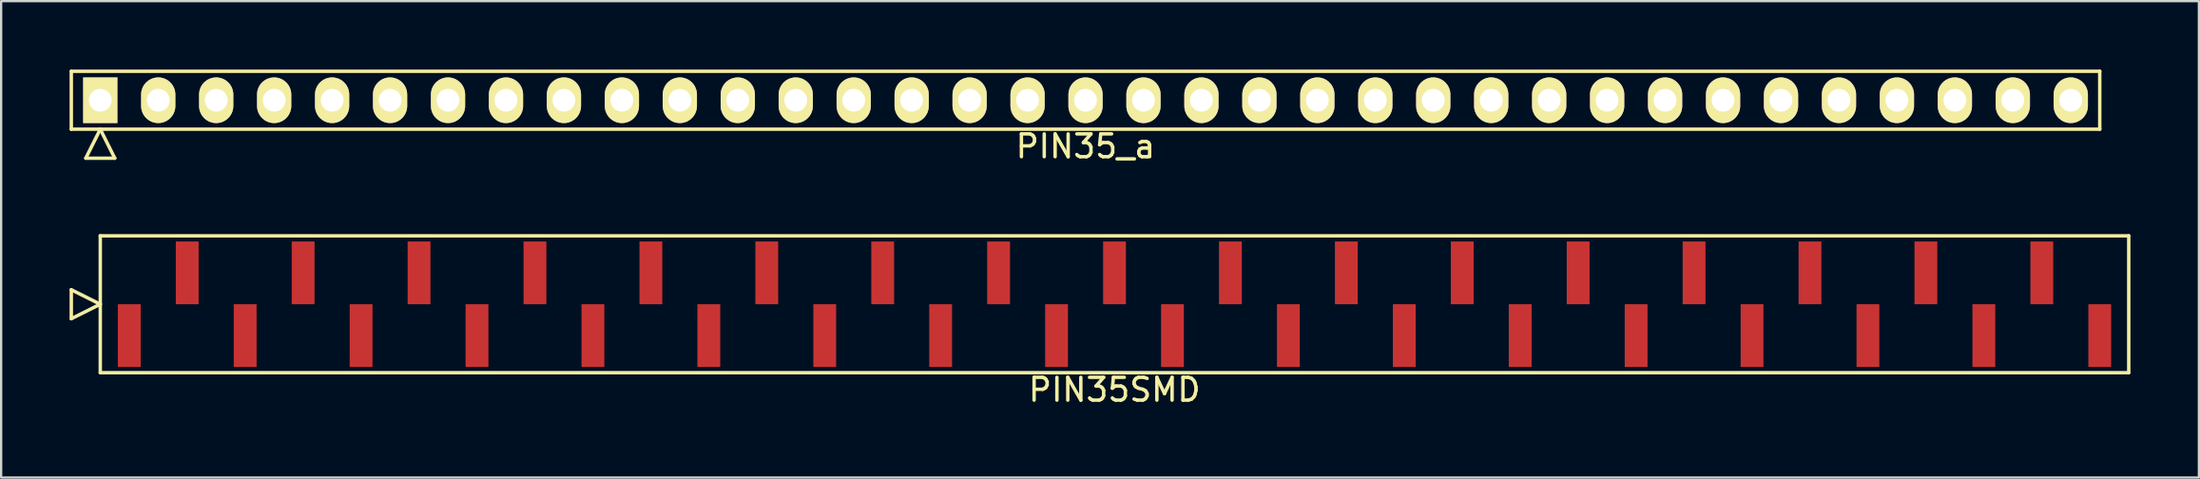
<source format=kicad_pcb>
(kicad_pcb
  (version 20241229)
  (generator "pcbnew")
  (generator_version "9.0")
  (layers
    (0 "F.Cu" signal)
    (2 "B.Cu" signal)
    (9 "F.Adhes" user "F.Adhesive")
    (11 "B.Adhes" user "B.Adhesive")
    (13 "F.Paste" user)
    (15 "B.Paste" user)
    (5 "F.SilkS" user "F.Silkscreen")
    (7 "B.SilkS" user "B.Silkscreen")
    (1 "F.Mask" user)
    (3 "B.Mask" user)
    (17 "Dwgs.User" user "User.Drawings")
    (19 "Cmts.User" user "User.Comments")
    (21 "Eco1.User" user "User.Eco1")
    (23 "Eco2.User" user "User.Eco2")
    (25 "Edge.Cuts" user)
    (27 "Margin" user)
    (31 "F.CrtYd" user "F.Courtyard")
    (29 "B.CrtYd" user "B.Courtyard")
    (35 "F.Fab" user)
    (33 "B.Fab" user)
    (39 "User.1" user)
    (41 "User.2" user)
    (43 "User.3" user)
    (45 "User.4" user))
  (footprint "PIN35_a"
    (layer "F.Cu")
    (at 44.525 1.345)
    (property "Reference" "PIN35_a" (at 0 2.02 0) (layer "F.SilkS") (effects (font (size 1 1) (thickness 0.15))))
    (attr through_hole)
    (fp_line (start -44.45 -1.27) (end -44.45 1.27) (stroke (width 0.15) (type solid)) (layer "F.SilkS"))
    (fp_line (start -44.45 1.27) (end 44.45 1.27) (stroke (width 0.15) (type solid)) (layer "F.SilkS"))
    (fp_line (start -43.815 2.54) (end -43.18 1.27) (stroke (width 0.15) (type solid)) (layer "F.SilkS"))
    (fp_line (start -43.815 2.54) (end -42.545 2.54) (stroke (width 0.15) (type solid)) (layer "F.SilkS"))
    (fp_line (start -42.545 2.54) (end -43.18 1.27) (stroke (width 0.15) (type solid)) (layer "F.SilkS"))
    (fp_line (start 44.45 -1.27) (end -44.45 -1.27) (stroke (width 0.15) (type solid)) (layer "F.SilkS"))
    (fp_line (start 44.45 1.27) (end 44.45 -1.27) (stroke (width 0.15) (type solid)) (layer "F.SilkS"))
    (pad "1" thru_hole rect (at -43.18 0) (size 1.5 2) (drill 1) (layers "*.Cu" "*.Mask" "F.SilkS"))
    (pad "2" thru_hole oval (at -40.64 0) (size 1.5 2) (drill 1) (layers "*.Cu" "*.Mask" "F.SilkS"))
    (pad "3" thru_hole oval (at -38.1 0) (size 1.5 2) (drill 1) (layers "*.Cu" "*.Mask" "F.SilkS"))
    (pad "4" thru_hole oval (at -35.56 0) (size 1.5 2) (drill 1) (layers "*.Cu" "*.Mask" "F.SilkS"))
    (pad "5" thru_hole oval (at -33.02 0) (size 1.5 2) (drill 1) (layers "*.Cu" "*.Mask" "F.SilkS"))
    (pad "6" thru_hole oval (at -30.48 0) (size 1.5 2) (drill 1) (layers "*.Cu" "*.Mask" "F.SilkS"))
    (pad "7" thru_hole oval (at -27.94 0) (size 1.5 2) (drill 1) (layers "*.Cu" "*.Mask" "F.SilkS"))
    (pad "8" thru_hole oval (at -25.4 0) (size 1.5 2) (drill 1) (layers "*.Cu" "*.Mask" "F.SilkS"))
    (pad "9" thru_hole oval (at -22.86 0) (size 1.5 2) (drill 1) (layers "*.Cu" "*.Mask" "F.SilkS"))
    (pad "10" thru_hole oval (at -20.32 0) (size 1.5 2) (drill 1) (layers "*.Cu" "*.Mask" "F.SilkS"))
    (pad "11" thru_hole oval (at -17.78 0) (size 1.5 2) (drill 1) (layers "*.Cu" "*.Mask" "F.SilkS"))
    (pad "12" thru_hole oval (at -15.24 0) (size 1.5 2) (drill 1) (layers "*.Cu" "*.Mask" "F.SilkS"))
    (pad "13" thru_hole oval (at -12.7 0) (size 1.5 2) (drill 1) (layers "*.Cu" "*.Mask" "F.SilkS"))
    (pad "14" thru_hole oval (at -10.16 0) (size 1.5 2) (drill 1) (layers "*.Cu" "*.Mask" "F.SilkS"))
    (pad "15" thru_hole oval (at -7.62 0) (size 1.5 2) (drill 1) (layers "*.Cu" "*.Mask" "F.SilkS"))
    (pad "16" thru_hole oval (at -5.08 0) (size 1.5 2) (drill 1) (layers "*.Cu" "*.Mask" "F.SilkS"))
    (pad "17" thru_hole oval (at -2.54 0) (size 1.5 2) (drill 1) (layers "*.Cu" "*.Mask" "F.SilkS"))
    (pad "18" thru_hole oval (at 0 0) (size 1.5 2) (drill 1) (layers "*.Cu" "*.Mask" "F.SilkS"))
    (pad "19" thru_hole oval (at 2.54 0) (size 1.5 2) (drill 1) (layers "*.Cu" "*.Mask" "F.SilkS"))
    (pad "20" thru_hole oval (at 5.08 0) (size 1.5 2) (drill 1) (layers "*.Cu" "*.Mask" "F.SilkS"))
    (pad "21" thru_hole oval (at 7.62 0) (size 1.5 2) (drill 1) (layers "*.Cu" "*.Mask" "F.SilkS"))
    (pad "22" thru_hole oval (at 10.16 0) (size 1.5 2) (drill 1) (layers "*.Cu" "*.Mask" "F.SilkS"))
    (pad "23" thru_hole oval (at 12.7 0) (size 1.5 2) (drill 1) (layers "*.Cu" "*.Mask" "F.SilkS"))
    (pad "24" thru_hole oval (at 15.24 0) (size 1.5 2) (drill 1) (layers "*.Cu" "*.Mask" "F.SilkS"))
    (pad "25" thru_hole oval (at 17.78 0) (size 1.5 2) (drill 1) (layers "*.Cu" "*.Mask" "F.SilkS"))
    (pad "26" thru_hole oval (at 20.32 0) (size 1.5 2) (drill 1) (layers "*.Cu" "*.Mask" "F.SilkS"))
    (pad "27" thru_hole oval (at 22.86 0) (size 1.5 2) (drill 1) (layers "*.Cu" "*.Mask" "F.SilkS"))
    (pad "28" thru_hole oval (at 25.4 0) (size 1.5 2) (drill 1) (layers "*.Cu" "*.Mask" "F.SilkS"))
    (pad "29" thru_hole oval (at 27.94 0) (size 1.5 2) (drill 1) (layers "*.Cu" "*.Mask" "F.SilkS"))
    (pad "30" thru_hole oval (at 30.48 0) (size 1.5 2) (drill 1) (layers "*.Cu" "*.Mask" "F.SilkS"))
    (pad "31" thru_hole oval (at 33.02 0) (size 1.5 2) (drill 1) (layers "*.Cu" "*.Mask" "F.SilkS"))
    (pad "32" thru_hole oval (at 35.56 0) (size 1.5 2) (drill 1) (layers "*.Cu" "*.Mask" "F.SilkS"))
    (pad "33" thru_hole oval (at 38.1 0) (size 1.5 2) (drill 1) (layers "*.Cu" "*.Mask" "F.SilkS"))
    (pad "34" thru_hole oval (at 40.64 0) (size 1.5 2) (drill 1) (layers "*.Cu" "*.Mask" "F.SilkS"))
    (pad "35" thru_hole oval (at 43.18 0) (size 1.5 2) (drill 1) (layers "*.Cu" "*.Mask" "F.SilkS")))
  (footprint "PIN35SMD"
    (layer "F.Cu")
    (at 45.795 10.288)
    (property "Reference" "PIN35SMD" (at 0 3.75 0) (layer "F.SilkS") (effects (font (size 1 1) (thickness 0.15))))
    (attr through_hole)
    (fp_line (start -45.72 0.635) (end -45.72 -0.635) (stroke (width 0.15) (type solid)) (layer "F.SilkS"))
    (fp_line (start -44.45 -3) (end -44.45 3) (stroke (width 0.15) (type solid)) (layer "F.SilkS"))
    (fp_line (start -44.45 0) (end -45.72 -0.635) (stroke (width 0.15) (type solid)) (layer "F.SilkS"))
    (fp_line (start -44.45 0) (end -45.72 0.635) (stroke (width 0.15) (type solid)) (layer "F.SilkS"))
    (fp_line (start -44.45 3) (end 44.45 3) (stroke (width 0.15) (type solid)) (layer "F.SilkS"))
    (fp_line (start 44.45 -3) (end -44.45 -3) (stroke (width 0.15) (type solid)) (layer "F.SilkS"))
    (fp_line (start 44.45 3) (end 44.45 -3) (stroke (width 0.15) (type solid)) (layer "F.SilkS"))
    (pad "1" smd rect (at -43.18 1.375) (size 1 2.75) (layers "F.Cu" "F.Mask" "F.Paste"))
    (pad "2" smd rect (at -40.64 -1.375) (size 1 2.75) (layers "F.Cu" "F.Mask" "F.Paste"))
    (pad "3" smd rect (at -38.1 1.375) (size 1 2.75) (layers "F.Cu" "F.Mask" "F.Paste"))
    (pad "4" smd rect (at -35.56 -1.375) (size 1 2.75) (layers "F.Cu" "F.Mask" "F.Paste"))
    (pad "5" smd rect (at -33.02 1.375) (size 1 2.75) (layers "F.Cu" "F.Mask" "F.Paste"))
    (pad "6" smd rect (at -30.48 -1.375) (size 1 2.75) (layers "F.Cu" "F.Mask" "F.Paste"))
    (pad "7" smd rect (at -27.94 1.375) (size 1 2.75) (layers "F.Cu" "F.Mask" "F.Paste"))
    (pad "8" smd rect (at -25.4 -1.375) (size 1 2.75) (layers "F.Cu" "F.Mask" "F.Paste"))
    (pad "9" smd rect (at -22.86 1.375) (size 1 2.75) (layers "F.Cu" "F.Mask" "F.Paste"))
    (pad "10" smd rect (at -20.32 -1.375) (size 1 2.75) (layers "F.Cu" "F.Mask" "F.Paste"))
    (pad "11" smd rect (at -17.78 1.375) (size 1 2.75) (layers "F.Cu" "F.Mask" "F.Paste"))
    (pad "12" smd rect (at -15.24 -1.375) (size 1 2.75) (layers "F.Cu" "F.Mask" "F.Paste"))
    (pad "13" smd rect (at -12.7 1.375) (size 1 2.75) (layers "F.Cu" "F.Mask" "F.Paste"))
    (pad "14" smd rect (at -10.16 -1.375) (size 1 2.75) (layers "F.Cu" "F.Mask" "F.Paste"))
    (pad "15" smd rect (at -7.62 1.375) (size 1 2.75) (layers "F.Cu" "F.Mask" "F.Paste"))
    (pad "16" smd rect (at -5.08 -1.375) (size 1 2.75) (layers "F.Cu" "F.Mask" "F.Paste"))
    (pad "17" smd rect (at -2.54 1.375) (size 1 2.75) (layers "F.Cu" "F.Mask" "F.Paste"))
    (pad "18" smd rect (at 0 -1.375) (size 1 2.75) (layers "F.Cu" "F.Mask" "F.Paste"))
    (pad "19" smd rect (at 2.54 1.375) (size 1 2.75) (layers "F.Cu" "F.Mask" "F.Paste"))
    (pad "20" smd rect (at 5.08 -1.375) (size 1 2.75) (layers "F.Cu" "F.Mask" "F.Paste"))
    (pad "21" smd rect (at 7.62 1.375) (size 1 2.75) (layers "F.Cu" "F.Mask" "F.Paste"))
    (pad "22" smd rect (at 10.16 -1.375) (size 1 2.75) (layers "F.Cu" "F.Mask" "F.Paste"))
    (pad "23" smd rect (at 12.7 1.375) (size 1 2.75) (layers "F.Cu" "F.Mask" "F.Paste"))
    (pad "24" smd rect (at 15.24 -1.375) (size 1 2.75) (layers "F.Cu" "F.Mask" "F.Paste"))
    (pad "25" smd rect (at 17.78 1.375) (size 1 2.75) (layers "F.Cu" "F.Mask" "F.Paste"))
    (pad "26" smd rect (at 20.32 -1.375) (size 1 2.75) (layers "F.Cu" "F.Mask" "F.Paste"))
    (pad "27" smd rect (at 22.86 1.375) (size 1 2.75) (layers "F.Cu" "F.Mask" "F.Paste"))
    (pad "28" smd rect (at 25.4 -1.375) (size 1 2.75) (layers "F.Cu" "F.Mask" "F.Paste"))
    (pad "29" smd rect (at 27.94 1.375) (size 1 2.75) (layers "F.Cu" "F.Mask" "F.Paste"))
    (pad "30" smd rect (at 30.48 -1.375) (size 1 2.75) (layers "F.Cu" "F.Mask" "F.Paste"))
    (pad "31" smd rect (at 33.02 1.375) (size 1 2.75) (layers "F.Cu" "F.Mask" "F.Paste"))
    (pad "32" smd rect (at 35.56 -1.375) (size 1 2.75) (layers "F.Cu" "F.Mask" "F.Paste"))
    (pad "33" smd rect (at 38.1 1.375) (size 1 2.75) (layers "F.Cu" "F.Mask" "F.Paste"))
    (pad "34" smd rect (at 40.64 -1.375) (size 1 2.75) (layers "F.Cu" "F.Mask" "F.Paste"))
    (pad "35" smd rect (at 43.18 1.375) (size 1 2.75) (layers "F.Cu" "F.Mask" "F.Paste")))
  (gr_rect
    (start -3 -3)
    (end 93.32 17.887)
    (stroke (width 0.1) (type default))
    (fill no)
    (layer "Edge.Cuts")))
</source>
